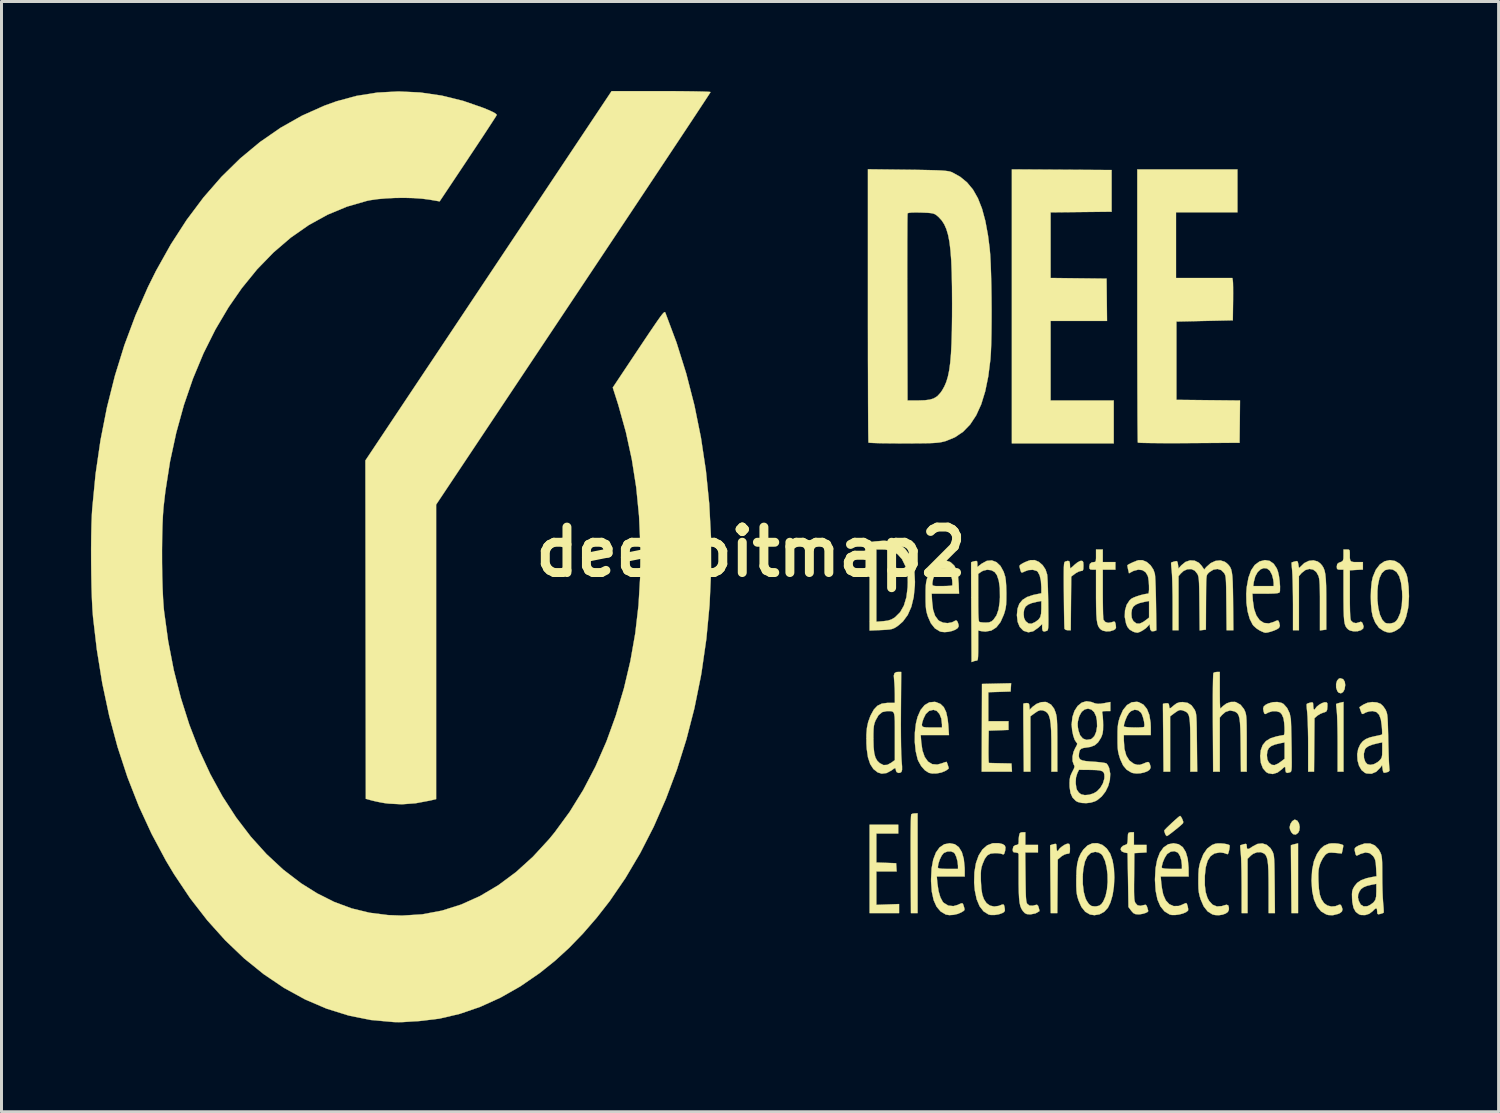
<source format=kicad_pcb>
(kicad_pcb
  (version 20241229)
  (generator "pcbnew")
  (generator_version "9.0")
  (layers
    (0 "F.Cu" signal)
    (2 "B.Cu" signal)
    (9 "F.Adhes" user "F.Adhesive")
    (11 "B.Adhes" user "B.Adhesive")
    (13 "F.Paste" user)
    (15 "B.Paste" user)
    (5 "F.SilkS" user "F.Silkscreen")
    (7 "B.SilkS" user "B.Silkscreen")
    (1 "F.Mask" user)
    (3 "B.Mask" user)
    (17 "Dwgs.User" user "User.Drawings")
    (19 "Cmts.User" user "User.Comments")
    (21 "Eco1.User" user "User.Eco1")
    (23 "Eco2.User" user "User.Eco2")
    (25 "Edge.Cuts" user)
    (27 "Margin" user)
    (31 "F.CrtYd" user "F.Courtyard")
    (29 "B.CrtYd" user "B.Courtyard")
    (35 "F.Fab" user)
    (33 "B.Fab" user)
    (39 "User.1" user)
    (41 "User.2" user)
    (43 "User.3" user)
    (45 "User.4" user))
  (footprint "dee_bitmap2"
    (layer "F.Cu")
    (at 22.127 15.457)
    (property "Reference" "dee_bitmap2" (at 0 0 0) (layer "F.SilkS") (effects (font (size 1.524 1.524) (thickness 0.3))))
    (attr through_hole)
    (fp_poly (pts (xy 19.855 4.263) (xy 19.911 4.352) (xy 19.925 4.461) (xy 19.905 4.6) (xy 19.853 4.696) (xy 19.782 4.738) (xy 19.707 4.718) (xy 19.661 4.664) (xy 19.621 4.548) (xy 19.62 4.423) (xy 19.653 4.313) (xy 19.715 4.245) (xy 19.759 4.233) (xy 19.855 4.263)) (stroke (width 0.01) (type solid)) (fill yes) (layer "F.SilkS"))
    (fp_poly (pts (xy 5.588 12.107) (xy 5.365 12.107) (xy 5.357 10.467) (xy 5.355 10.003) (xy 5.355 9.61) (xy 5.357 9.291) (xy 5.361 9.049) (xy 5.366 8.886) (xy 5.373 8.805) (xy 5.376 8.795) (xy 5.422 8.773) (xy 5.495 8.764) (xy 5.496 8.764) (xy 5.588 8.763) (xy 5.588 12.107)) (stroke (width 0.01) (type solid)) (fill yes) (layer "F.SilkS"))
    (fp_poly (pts (xy 12.093 -12.806) (xy 12.093 -11.409) (xy 11.07 -11.398) (xy 10.047 -11.387) (xy 10.047 -9.187) (xy 10.986 -9.176) (xy 11.924 -9.165) (xy 11.939 -7.747) (xy 10.047 -7.747) (xy 10.047 -5.08) (xy 12.164 -5.08) (xy 12.164 -3.641) (xy 8.749 -3.641) (xy 8.749 -12.828) (xy 12.093 -12.806)) (stroke (width 0.01) (type solid)) (fill yes) (layer "F.SilkS"))
    (fp_poly (pts (xy 18.321 9.01) (xy 18.375 9.1) (xy 18.399 9.219) (xy 18.385 9.34) (xy 18.349 9.413) (xy 18.266 9.476) (xy 18.179 9.46) (xy 18.119 9.398) (xy 18.076 9.306) (xy 18.062 9.229) (xy 18.087 9.121) (xy 18.147 9.027) (xy 18.222 8.977) (xy 18.241 8.975) (xy 18.321 9.01)) (stroke (width 0.01) (type solid)) (fill yes) (layer "F.SilkS"))
    (fp_poly (pts (xy 18.344 12.107) (xy 18.124 12.107) (xy 18.114 10.975) (xy 18.111 10.675) (xy 18.109 10.404) (xy 18.107 10.173) (xy 18.106 9.994) (xy 18.105 9.877) (xy 18.105 9.834) (xy 18.105 9.834) (xy 18.131 9.823) (xy 18.194 9.804) (xy 18.226 9.797) (xy 18.344 9.768) (xy 18.344 12.107)) (stroke (width 0.01) (type solid)) (fill yes) (layer "F.SilkS"))
    (fp_poly (pts (xy 4.939 9.44) (xy 4.205 9.44) (xy 4.205 10.411) (xy 4.537 10.423) (xy 4.868 10.435) (xy 4.877 10.573) (xy 4.886 10.71) (xy 4.205 10.71) (xy 4.205 11.271) (xy 4.205 11.832) (xy 4.586 11.818) (xy 4.967 11.804) (xy 4.967 12.107) (xy 3.979 12.107) (xy 3.979 9.144) (xy 4.939 9.144) (xy 4.939 9.44)) (stroke (width 0.01) (type solid)) (fill yes) (layer "F.SilkS"))
    (fp_poly (pts (xy 19.868 7.366) (xy 19.671 7.366) (xy 19.671 6.462) (xy 19.67 6.177) (xy 19.666 5.908) (xy 19.66 5.669) (xy 19.653 5.477) (xy 19.644 5.351) (xy 19.643 5.333) (xy 19.628 5.206) (xy 19.621 5.12) (xy 19.622 5.096) (xy 19.653 5.083) (xy 19.719 5.063) (xy 19.75 5.055) (xy 19.868 5.027) (xy 19.868 7.366)) (stroke (width 0.01) (type solid)) (fill yes) (layer "F.SilkS"))
    (fp_poly (pts (xy 8.707 4.678) (xy 8.333 4.69) (xy 7.959 4.701) (xy 7.959 5.673) (xy 8.636 5.673) (xy 8.636 5.966) (xy 7.973 5.99) (xy 7.965 6.53) (xy 7.964 6.733) (xy 7.966 6.901) (xy 7.97 7.02) (xy 7.978 7.072) (xy 7.979 7.073) (xy 8.014 7.074) (xy 8.094 7.077) (xy 8.208 7.08) (xy 8.345 7.083) (xy 8.368 7.083) (xy 8.735 7.091) (xy 8.744 7.228) (xy 8.752 7.366) (xy 7.738 7.366) (xy 7.743 5.895) (xy 7.747 4.424) (xy 8.724 4.401) (xy 8.707 4.678)) (stroke (width 0.01) (type solid)) (fill yes) (layer "F.SilkS"))
    (fp_poly (pts (xy 14.422 8.88) (xy 14.463 8.957) (xy 14.464 8.959) (xy 14.494 9.042) (xy 14.489 9.089) (xy 14.474 9.107) (xy 14.409 9.167) (xy 14.318 9.244) (xy 14.215 9.327) (xy 14.114 9.407) (xy 14.026 9.473) (xy 13.965 9.515) (xy 13.945 9.525) (xy 13.91 9.492) (xy 13.886 9.443) (xy 13.863 9.37) (xy 13.857 9.342) (xy 13.88 9.312) (xy 13.939 9.25) (xy 14.023 9.169) (xy 14.119 9.078) (xy 14.216 8.99) (xy 14.302 8.914) (xy 14.365 8.863) (xy 14.39 8.848) (xy 14.422 8.88)) (stroke (width 0.01) (type solid)) (fill yes) (layer "F.SilkS"))
    (fp_poly (pts (xy 10.671 9.788) (xy 10.691 9.831) (xy 10.696 9.931) (xy 10.696 9.948) (xy 10.693 10.057) (xy 10.675 10.105) (xy 10.628 10.118) (xy 10.604 10.118) (xy 10.522 10.14) (xy 10.427 10.194) (xy 10.4 10.215) (xy 10.287 10.311) (xy 10.279 11.209) (xy 10.272 12.107) (xy 10.052 12.107) (xy 10.042 10.975) (xy 10.039 10.675) (xy 10.037 10.404) (xy 10.035 10.174) (xy 10.034 9.995) (xy 10.033 9.879) (xy 10.032 9.836) (xy 10.032 9.836) (xy 10.057 9.824) (xy 10.119 9.805) (xy 10.139 9.799) (xy 10.208 9.784) (xy 10.237 9.801) (xy 10.245 9.867) (xy 10.245 9.901) (xy 10.255 10) (xy 10.281 10.034) (xy 10.314 9.993) (xy 10.315 9.99) (xy 10.36 9.932) (xy 10.437 9.869) (xy 10.525 9.813) (xy 10.603 9.782) (xy 10.625 9.779) (xy 10.671 9.788)) (stroke (width 0.01) (type solid)) (fill yes) (layer "F.SilkS"))
    (fp_poly (pts (xy 19.305 5.044) (xy 19.328 5.079) (xy 19.328 5.168) (xy 19.327 5.195) (xy 19.317 5.295) (xy 19.292 5.346) (xy 19.235 5.374) (xy 19.195 5.384) (xy 19.094 5.424) (xy 19 5.481) (xy 18.984 5.494) (xy 18.895 5.572) (xy 18.88 7.366) (xy 18.683 7.366) (xy 18.683 6.512) (xy 18.682 6.231) (xy 18.677 5.96) (xy 18.67 5.717) (xy 18.662 5.521) (xy 18.652 5.391) (xy 18.652 5.388) (xy 18.638 5.246) (xy 18.631 5.141) (xy 18.634 5.097) (xy 18.669 5.077) (xy 18.736 5.055) (xy 18.75 5.051) (xy 18.817 5.04) (xy 18.846 5.061) (xy 18.852 5.134) (xy 18.852 5.159) (xy 18.863 5.258) (xy 18.888 5.292) (xy 18.922 5.252) (xy 18.923 5.249) (xy 18.97 5.188) (xy 19.05 5.123) (xy 19.143 5.069) (xy 19.227 5.04) (xy 19.248 5.038) (xy 19.305 5.044)) (stroke (width 0.01) (type solid)) (fill yes) (layer "F.SilkS"))
    (fp_poly (pts (xy 16.312 -11.388) (xy 14.252 -11.388) (xy 14.252 -9.186) (xy 16.142 -9.186) (xy 16.158 -9.091) (xy 16.163 -9.016) (xy 16.166 -8.874) (xy 16.167 -8.683) (xy 16.166 -8.463) (xy 16.165 -8.382) (xy 16.157 -7.768) (xy 15.212 -7.747) (xy 14.266 -7.726) (xy 14.266 -5.101) (xy 15.332 -5.09) (xy 16.398 -5.079) (xy 16.391 -4.37) (xy 16.383 -3.662) (xy 14.688 -3.651) (xy 14.383 -3.649) (xy 14.096 -3.649) (xy 13.83 -3.649) (xy 13.592 -3.651) (xy 13.385 -3.653) (xy 13.214 -3.656) (xy 13.086 -3.659) (xy 13.004 -3.664) (xy 12.973 -3.669) (xy 12.97 -3.714) (xy 12.968 -3.838) (xy 12.966 -4.037) (xy 12.963 -4.303) (xy 12.961 -4.632) (xy 12.96 -5.018) (xy 12.958 -5.456) (xy 12.957 -5.94) (xy 12.956 -6.464) (xy 12.955 -7.024) (xy 12.954 -7.613) (xy 12.954 -8.226) (xy 12.954 -8.262) (xy 12.954 -12.827) (xy 16.312 -12.827) (xy 16.312 -11.388)) (stroke (width 0.01) (type solid)) (fill yes) (layer "F.SilkS"))
    (fp_poly (pts (xy -2.713 -15.451) (xy -2.43 -15.45) (xy -2.17 -15.447) (xy -1.937 -15.444) (xy -1.736 -15.44) (xy -1.573 -15.436) (xy -1.452 -15.431) (xy -1.377 -15.425) (xy -1.355 -15.42) (xy -1.374 -15.387) (xy -1.432 -15.298) (xy -1.526 -15.154) (xy -1.655 -14.958) (xy -1.817 -14.712) (xy -2.01 -14.42) (xy -2.232 -14.085) (xy -2.482 -13.708) (xy -2.758 -13.292) (xy -3.058 -12.841) (xy -3.38 -12.356) (xy -3.723 -11.84) (xy -4.084 -11.297) (xy -4.463 -10.728) (xy -4.857 -10.136) (xy -5.264 -9.525) (xy -5.683 -8.896) (xy -5.955 -8.488) (xy -10.555 -1.588) (xy -10.555 8.286) (xy -10.76 8.334) (xy -11.245 8.425) (xy -11.704 8.459) (xy -12.149 8.436) (xy -12.277 8.42) (xy -12.421 8.395) (xy -12.575 8.363) (xy -12.707 8.332) (xy -12.714 8.33) (xy -12.912 8.275) (xy -12.919 2.603) (xy -12.926 -3.068) (xy -8.799 -9.26) (xy -4.671 -15.452) (xy -3.013 -15.452) (xy -2.713 -15.451)) (stroke (width 0.01) (type solid)) (fill yes) (layer "F.SilkS"))
    (fp_poly (pts (xy 10.678 0.316) (xy 10.695 0.389) (xy 10.696 0.423) (xy 10.7 0.513) (xy 10.709 0.55) (xy 10.709 0.55) (xy 10.738 0.529) (xy 10.8 0.476) (xy 10.856 0.423) (xy 10.946 0.351) (xy 11.03 0.305) (xy 11.069 0.296) (xy 11.119 0.304) (xy 11.142 0.343) (xy 11.148 0.436) (xy 11.148 0.466) (xy 11.144 0.574) (xy 11.126 0.623) (xy 11.082 0.635) (xy 11.069 0.635) (xy 10.997 0.654) (xy 10.905 0.702) (xy 10.864 0.73) (xy 10.739 0.826) (xy 10.731 1.725) (xy 10.723 2.625) (xy 10.624 2.625) (xy 10.555 2.611) (xy 10.515 2.578) (xy 10.513 2.572) (xy 10.51 2.517) (xy 10.506 2.389) (xy 10.502 2.2) (xy 10.498 1.962) (xy 10.495 1.687) (xy 10.493 1.431) (xy 10.49 1.1) (xy 10.489 0.843) (xy 10.49 0.652) (xy 10.492 0.515) (xy 10.497 0.424) (xy 10.505 0.369) (xy 10.516 0.339) (xy 10.531 0.325) (xy 10.541 0.32) (xy 10.629 0.296) (xy 10.678 0.316)) (stroke (width 0.01) (type solid)) (fill yes) (layer "F.SilkS"))
    (fp_poly (pts (xy 4.74 -0.345) (xy 4.972 -0.257) (xy 5.163 -0.113) (xy 5.312 0.084) (xy 5.418 0.336) (xy 5.48 0.641) (xy 5.499 0.998) (xy 5.496 1.12) (xy 5.458 1.507) (xy 5.379 1.836) (xy 5.258 2.11) (xy 5.095 2.331) (xy 4.944 2.463) (xy 4.865 2.519) (xy 4.797 2.557) (xy 4.726 2.583) (xy 4.64 2.599) (xy 4.525 2.609) (xy 4.367 2.617) (xy 3.979 2.634) (xy 3.979 -0.085) (xy 4.205 -0.085) (xy 4.205 2.339) (xy 4.441 2.32) (xy 4.59 2.301) (xy 4.707 2.263) (xy 4.816 2.2) (xy 4.835 2.186) (xy 5.003 2.019) (xy 5.129 1.796) (xy 5.213 1.517) (xy 5.254 1.183) (xy 5.259 1.014) (xy 5.256 0.83) (xy 5.242 0.695) (xy 5.212 0.571) (xy 5.177 0.469) (xy 5.066 0.242) (xy 4.919 0.076) (xy 4.734 -0.031) (xy 4.508 -0.081) (xy 4.412 -0.085) (xy 4.205 -0.085) (xy 3.979 -0.085) (xy 3.979 -0.327) (xy 4.153 -0.354) (xy 4.467 -0.378) (xy 4.74 -0.345)) (stroke (width 0.01) (type solid)) (fill yes) (layer "F.SilkS"))
    (fp_poly (pts (xy 12.841 9.821) (xy 13.264 9.821) (xy 13.264 10.072) (xy 12.855 10.097) (xy 12.848 10.884) (xy 12.845 11.165) (xy 12.845 11.374) (xy 12.848 11.523) (xy 12.854 11.626) (xy 12.864 11.695) (xy 12.879 11.743) (xy 12.891 11.767) (xy 12.96 11.844) (xy 13.059 11.864) (xy 13.168 11.839) (xy 13.232 11.827) (xy 13.268 11.863) (xy 13.288 11.917) (xy 13.312 12.001) (xy 13.321 12.042) (xy 13.295 12.072) (xy 13.23 12.103) (xy 13.141 12.13) (xy 13.045 12.147) (xy 12.993 12.15) (xy 12.892 12.141) (xy 12.822 12.107) (xy 12.755 12.033) (xy 12.75 12.026) (xy 12.658 11.903) (xy 12.644 11) (xy 12.629 10.097) (xy 12.519 10.075) (xy 12.433 10.038) (xy 12.397 9.979) (xy 12.41 9.913) (xy 12.472 9.853) (xy 12.534 9.826) (xy 12.582 9.809) (xy 12.611 9.785) (xy 12.627 9.732) (xy 12.635 9.634) (xy 12.641 9.472) (xy 12.658 9.419) (xy 12.714 9.399) (xy 12.742 9.398) (xy 12.841 9.398) (xy 12.841 9.821)) (stroke (width 0.01) (type solid)) (fill yes) (layer "F.SilkS"))
    (fp_poly (pts (xy 9.922 5.038) (xy 10.063 5.118) (xy 10.165 5.254) (xy 10.218 5.39) (xy 10.236 5.459) (xy 10.25 5.537) (xy 10.26 5.637) (xy 10.266 5.773) (xy 10.27 5.957) (xy 10.272 6.202) (xy 10.272 6.466) (xy 10.273 7.366) (xy 10.075 7.366) (xy 10.075 6.652) (xy 10.073 6.285) (xy 10.066 5.994) (xy 10.051 5.768) (xy 10.026 5.6) (xy 9.99 5.48) (xy 9.941 5.398) (xy 9.876 5.345) (xy 9.794 5.313) (xy 9.785 5.311) (xy 9.704 5.304) (xy 9.62 5.334) (xy 9.524 5.397) (xy 9.37 5.51) (xy 9.37 7.366) (xy 9.149 7.366) (xy 9.139 6.234) (xy 9.136 5.933) (xy 9.134 5.661) (xy 9.133 5.43) (xy 9.132 5.249) (xy 9.133 5.131) (xy 9.134 5.087) (xy 9.134 5.087) (xy 9.163 5.075) (xy 9.226 5.066) (xy 9.234 5.065) (xy 9.299 5.07) (xy 9.328 5.11) (xy 9.336 5.174) (xy 9.345 5.289) (xy 9.45 5.185) (xy 9.58 5.091) (xy 9.73 5.035) (xy 9.874 5.027) (xy 9.922 5.038)) (stroke (width 0.01) (type solid)) (fill yes) (layer "F.SilkS"))
    (fp_poly (pts (xy 11.797 0.339) (xy 12.22 0.339) (xy 12.22 0.593) (xy 11.797 0.593) (xy 11.797 1.408) (xy 11.799 1.664) (xy 11.802 1.893) (xy 11.806 2.08) (xy 11.812 2.211) (xy 11.819 2.272) (xy 11.819 2.273) (xy 11.881 2.346) (xy 11.976 2.376) (xy 12.086 2.359) (xy 12.162 2.333) (xy 12.201 2.34) (xy 12.222 2.392) (xy 12.234 2.461) (xy 12.24 2.54) (xy 12.213 2.588) (xy 12.162 2.619) (xy 12.046 2.656) (xy 11.917 2.662) (xy 11.8 2.638) (xy 11.737 2.603) (xy 11.685 2.551) (xy 11.644 2.485) (xy 11.615 2.392) (xy 11.594 2.262) (xy 11.581 2.085) (xy 11.574 1.848) (xy 11.571 1.542) (xy 11.571 1.422) (xy 11.571 0.593) (xy 11.458 0.593) (xy 11.385 0.587) (xy 11.353 0.559) (xy 11.345 0.496) (xy 11.345 0.491) (xy 11.365 0.398) (xy 11.426 0.349) (xy 11.503 0.339) (xy 11.543 0.331) (xy 11.564 0.295) (xy 11.571 0.208) (xy 11.571 0.127) (xy 11.571 -0.085) (xy 11.797 -0.085) (xy 11.797 0.339)) (stroke (width 0.01) (type solid)) (fill yes) (layer "F.SilkS"))
    (fp_poly (pts (xy 19.003 0.319) (xy 19.09 0.384) (xy 19.151 0.454) (xy 19.198 0.531) (xy 19.234 0.626) (xy 19.259 0.75) (xy 19.275 0.915) (xy 19.285 1.132) (xy 19.289 1.412) (xy 19.29 1.713) (xy 19.29 2.603) (xy 19.078 2.63) (xy 19.078 1.791) (xy 19.078 1.493) (xy 19.075 1.268) (xy 19.07 1.101) (xy 19.062 0.98) (xy 19.051 0.892) (xy 19.035 0.825) (xy 19.029 0.804) (xy 18.955 0.669) (xy 18.85 0.59) (xy 18.725 0.567) (xy 18.593 0.604) (xy 18.467 0.701) (xy 18.447 0.723) (xy 18.373 0.81) (xy 18.373 2.625) (xy 18.175 2.625) (xy 18.175 1.767) (xy 18.173 1.485) (xy 18.169 1.213) (xy 18.163 0.969) (xy 18.156 0.772) (xy 18.148 0.64) (xy 18.148 0.637) (xy 18.135 0.496) (xy 18.128 0.394) (xy 18.127 0.355) (xy 18.156 0.342) (xy 18.219 0.322) (xy 18.235 0.318) (xy 18.303 0.304) (xy 18.335 0.328) (xy 18.352 0.405) (xy 18.355 0.426) (xy 18.37 0.515) (xy 18.389 0.534) (xy 18.422 0.498) (xy 18.553 0.372) (xy 18.704 0.298) (xy 18.859 0.28) (xy 19.003 0.319)) (stroke (width 0.01) (type solid)) (fill yes) (layer "F.SilkS"))
    (fp_poly (pts (xy 17.293 9.818) (xy 17.419 9.928) (xy 17.489 10.045) (xy 17.509 10.094) (xy 17.525 10.147) (xy 17.536 10.217) (xy 17.544 10.316) (xy 17.55 10.455) (xy 17.554 10.647) (xy 17.557 10.903) (xy 17.56 11.144) (xy 17.568 12.107) (xy 17.462 12.107) (xy 17.357 12.107) (xy 17.357 11.28) (xy 17.355 10.946) (xy 17.35 10.686) (xy 17.339 10.489) (xy 17.322 10.344) (xy 17.297 10.242) (xy 17.263 10.17) (xy 17.219 10.12) (xy 17.211 10.113) (xy 17.1 10.065) (xy 16.969 10.068) (xy 16.838 10.119) (xy 16.763 10.177) (xy 16.651 10.288) (xy 16.651 12.107) (xy 16.454 12.107) (xy 16.453 11.25) (xy 16.451 10.968) (xy 16.448 10.696) (xy 16.442 10.452) (xy 16.435 10.255) (xy 16.426 10.123) (xy 16.426 10.119) (xy 16.413 9.979) (xy 16.406 9.877) (xy 16.405 9.837) (xy 16.434 9.825) (xy 16.498 9.805) (xy 16.517 9.799) (xy 16.586 9.785) (xy 16.616 9.801) (xy 16.623 9.855) (xy 16.623 9.856) (xy 16.631 9.933) (xy 16.66 9.961) (xy 16.719 9.941) (xy 16.817 9.876) (xy 16.982 9.789) (xy 17.144 9.771) (xy 17.293 9.818)) (stroke (width 0.01) (type solid)) (fill yes) (layer "F.SilkS"))
    (fp_poly (pts (xy 8.319 9.765) (xy 8.321 9.765) (xy 8.439 9.794) (xy 8.508 9.837) (xy 8.535 9.902) (xy 8.526 9.999) (xy 8.521 10.024) (xy 8.493 10.116) (xy 8.462 10.142) (xy 8.428 10.13) (xy 8.369 10.112) (xy 8.275 10.1) (xy 8.179 10.097) (xy 8.033 10.113) (xy 7.925 10.173) (xy 7.84 10.288) (xy 7.767 10.46) (xy 7.734 10.561) (xy 7.715 10.658) (xy 7.708 10.775) (xy 7.708 10.94) (xy 7.71 11.03) (xy 7.726 11.293) (xy 7.758 11.491) (xy 7.812 11.642) (xy 7.892 11.763) (xy 7.905 11.778) (xy 8.016 11.856) (xy 8.156 11.887) (xy 8.306 11.866) (xy 8.34 11.853) (xy 8.424 11.82) (xy 8.469 11.819) (xy 8.492 11.857) (xy 8.509 11.943) (xy 8.509 11.943) (xy 8.515 12.023) (xy 8.488 12.07) (xy 8.435 12.103) (xy 8.314 12.147) (xy 8.173 12.17) (xy 8.041 12.17) (xy 7.965 12.153) (xy 7.8 12.049) (xy 7.667 11.878) (xy 7.569 11.644) (xy 7.507 11.35) (xy 7.484 11.086) (xy 7.493 10.737) (xy 7.545 10.431) (xy 7.635 10.176) (xy 7.762 9.975) (xy 7.921 9.836) (xy 8.108 9.764) (xy 8.319 9.765)) (stroke (width 0.01) (type solid)) (fill yes) (layer "F.SilkS"))
    (fp_poly (pts (xy 14.643 5.059) (xy 14.771 5.14) (xy 14.874 5.284) (xy 14.884 5.305) (xy 14.903 5.348) (xy 14.918 5.399) (xy 14.929 5.468) (xy 14.937 5.568) (xy 14.943 5.709) (xy 14.947 5.903) (xy 14.95 6.163) (xy 14.953 6.395) (xy 14.962 7.366) (xy 14.732 7.366) (xy 14.732 6.496) (xy 14.731 6.164) (xy 14.727 5.906) (xy 14.718 5.712) (xy 14.703 5.571) (xy 14.68 5.474) (xy 14.647 5.41) (xy 14.602 5.367) (xy 14.544 5.337) (xy 14.541 5.336) (xy 14.45 5.303) (xy 14.38 5.299) (xy 14.309 5.327) (xy 14.214 5.392) (xy 14.201 5.401) (xy 14.055 5.511) (xy 14.055 7.366) (xy 13.834 7.366) (xy 13.824 6.234) (xy 13.821 5.933) (xy 13.818 5.662) (xy 13.817 5.432) (xy 13.815 5.252) (xy 13.815 5.135) (xy 13.815 5.092) (xy 13.815 5.092) (xy 13.842 5.083) (xy 13.904 5.072) (xy 13.915 5.071) (xy 13.983 5.071) (xy 14.013 5.105) (xy 14.021 5.154) (xy 14.029 5.217) (xy 14.046 5.241) (xy 14.083 5.225) (xy 14.152 5.167) (xy 14.183 5.14) (xy 14.28 5.07) (xy 14.38 5.038) (xy 14.479 5.032) (xy 14.643 5.059)) (stroke (width 0.01) (type solid)) (fill yes) (layer "F.SilkS"))
    (fp_poly (pts (xy 15.72 4.636) (xy 15.721 4.853) (xy 15.723 5.036) (xy 15.728 5.171) (xy 15.733 5.242) (xy 15.735 5.249) (xy 15.766 5.227) (xy 15.821 5.172) (xy 15.827 5.166) (xy 15.944 5.079) (xy 16.086 5.029) (xy 16.225 5.026) (xy 16.264 5.036) (xy 16.415 5.121) (xy 16.529 5.264) (xy 16.568 5.347) (xy 16.586 5.398) (xy 16.599 5.457) (xy 16.609 5.537) (xy 16.616 5.65) (xy 16.62 5.808) (xy 16.622 6.021) (xy 16.623 6.304) (xy 16.623 6.424) (xy 16.623 7.366) (xy 16.429 7.366) (xy 16.42 6.509) (xy 16.416 6.178) (xy 16.409 5.921) (xy 16.398 5.728) (xy 16.381 5.588) (xy 16.356 5.49) (xy 16.321 5.423) (xy 16.274 5.378) (xy 16.213 5.344) (xy 16.209 5.342) (xy 16.061 5.314) (xy 15.912 5.362) (xy 15.794 5.464) (xy 15.72 5.552) (xy 15.72 7.366) (xy 15.497 7.366) (xy 15.488 5.726) (xy 15.487 5.261) (xy 15.487 4.869) (xy 15.489 4.55) (xy 15.493 4.308) (xy 15.498 4.145) (xy 15.505 4.063) (xy 15.508 4.054) (xy 15.554 4.032) (xy 15.626 4.022) (xy 15.628 4.022) (xy 15.72 4.022) (xy 15.72 4.636)) (stroke (width 0.01) (type solid)) (fill yes) (layer "F.SilkS"))
    (fp_poly (pts (xy 15.864 9.78) (xy 15.962 9.798) (xy 16.031 9.821) (xy 16.05 9.837) (xy 16.051 9.887) (xy 16.036 9.983) (xy 16.031 10.007) (xy 16.006 10.103) (xy 15.978 10.134) (xy 15.931 10.117) (xy 15.928 10.116) (xy 15.857 10.091) (xy 15.76 10.077) (xy 15.717 10.075) (xy 15.545 10.106) (xy 15.41 10.198) (xy 15.312 10.353) (xy 15.248 10.575) (xy 15.218 10.863) (xy 15.218 10.871) (xy 15.218 11.167) (xy 15.246 11.402) (xy 15.304 11.591) (xy 15.362 11.699) (xy 15.479 11.826) (xy 15.624 11.885) (xy 15.789 11.873) (xy 15.851 11.852) (xy 15.949 11.826) (xy 16.006 11.852) (xy 16.026 11.935) (xy 16.023 12.001) (xy 15.991 12.068) (xy 15.916 12.122) (xy 15.811 12.16) (xy 15.69 12.178) (xy 15.564 12.173) (xy 15.472 12.151) (xy 15.313 12.051) (xy 15.179 11.88) (xy 15.081 11.654) (xy 15.042 11.526) (xy 15.018 11.413) (xy 15.005 11.286) (xy 15.001 11.118) (xy 15.001 11.007) (xy 15.004 10.791) (xy 15.015 10.632) (xy 15.037 10.502) (xy 15.066 10.393) (xy 15.168 10.133) (xy 15.298 9.945) (xy 15.459 9.824) (xy 15.566 9.783) (xy 15.649 9.771) (xy 15.754 9.771) (xy 15.864 9.78)) (stroke (width 0.01) (type solid)) (fill yes) (layer "F.SilkS"))
    (fp_poly (pts (xy 20.045 -0.08) (xy 20.075 -0.049) (xy 20.08 0.033) (xy 20.08 0.074) (xy 20.08 0.203) (xy 20.094 0.282) (xy 20.133 0.322) (xy 20.207 0.337) (xy 20.309 0.339) (xy 20.518 0.339) (xy 20.518 0.589) (xy 20.299 0.601) (xy 20.08 0.614) (xy 20.08 1.422) (xy 20.081 1.733) (xy 20.085 1.967) (xy 20.092 2.133) (xy 20.102 2.239) (xy 20.115 2.294) (xy 20.116 2.296) (xy 20.188 2.365) (xy 20.287 2.386) (xy 20.385 2.36) (xy 20.45 2.337) (xy 20.49 2.362) (xy 20.508 2.394) (xy 20.542 2.495) (xy 20.526 2.566) (xy 20.457 2.621) (xy 20.34 2.657) (xy 20.21 2.661) (xy 20.091 2.635) (xy 20.031 2.601) (xy 19.98 2.552) (xy 19.94 2.493) (xy 19.911 2.413) (xy 19.891 2.3) (xy 19.879 2.143) (xy 19.872 1.93) (xy 19.869 1.652) (xy 19.868 1.441) (xy 19.868 0.593) (xy 19.756 0.593) (xy 19.683 0.587) (xy 19.65 0.56) (xy 19.643 0.496) (xy 19.643 0.488) (xy 19.658 0.403) (xy 19.712 0.36) (xy 19.72 0.357) (xy 19.806 0.325) (xy 19.85 0.286) (xy 19.866 0.216) (xy 19.868 0.107) (xy 19.868 -0.085) (xy 19.975 -0.085) (xy 20.045 -0.08)) (stroke (width 0.01) (type solid)) (fill yes) (layer "F.SilkS"))
    (fp_poly (pts (xy 9.2 9.821) (xy 9.624 9.821) (xy 9.624 10.075) (xy 9.197 10.075) (xy 9.206 10.899) (xy 9.21 11.192) (xy 9.214 11.41) (xy 9.22 11.568) (xy 9.229 11.675) (xy 9.241 11.743) (xy 9.256 11.785) (xy 9.261 11.793) (xy 9.339 11.855) (xy 9.453 11.859) (xy 9.527 11.839) (xy 9.591 11.827) (xy 9.628 11.863) (xy 9.648 11.921) (xy 9.67 12.003) (xy 9.674 12.041) (xy 9.543 12.117) (xy 9.381 12.149) (xy 9.355 12.15) (xy 9.253 12.141) (xy 9.183 12.108) (xy 9.119 12.039) (xy 9.115 12.033) (xy 9.068 11.959) (xy 9.033 11.87) (xy 9.007 11.755) (xy 8.991 11.601) (xy 8.981 11.396) (xy 8.976 11.127) (xy 8.976 10.88) (xy 8.976 10.642) (xy 8.976 10.433) (xy 8.976 10.267) (xy 8.976 10.16) (xy 8.976 10.128) (xy 8.949 10.091) (xy 8.88 10.075) (xy 8.876 10.075) (xy 8.809 10.067) (xy 8.782 10.032) (xy 8.777 9.974) (xy 8.799 9.877) (xy 8.866 9.828) (xy 8.921 9.821) (xy 8.969 9.791) (xy 8.979 9.701) (xy 8.977 9.678) (xy 8.979 9.612) (xy 8.99 9.519) (xy 9.01 9.435) (xy 9.052 9.403) (xy 9.104 9.398) (xy 9.2 9.398) (xy 9.2 9.821)) (stroke (width 0.01) (type solid)) (fill yes) (layer "F.SilkS"))
    (fp_poly (pts (xy 19.574 9.768) (xy 19.683 9.778) (xy 19.779 9.797) (xy 19.844 9.821) (xy 19.858 9.834) (xy 19.857 9.881) (xy 19.84 9.972) (xy 19.839 9.979) (xy 19.809 10.108) (xy 19.578 10.087) (xy 19.459 10.079) (xy 19.379 10.084) (xy 19.321 10.105) (xy 19.268 10.146) (xy 19.248 10.167) (xy 19.174 10.267) (xy 19.104 10.403) (xy 19.083 10.457) (xy 19.051 10.561) (xy 19.033 10.662) (xy 19.025 10.785) (xy 19.026 10.957) (xy 19.028 11.03) (xy 19.043 11.292) (xy 19.075 11.49) (xy 19.128 11.641) (xy 19.208 11.762) (xy 19.223 11.779) (xy 19.326 11.852) (xy 19.457 11.886) (xy 19.592 11.877) (xy 19.658 11.853) (xy 19.73 11.823) (xy 19.771 11.829) (xy 19.802 11.876) (xy 19.803 11.879) (xy 19.834 11.977) (xy 19.816 12.052) (xy 19.746 12.109) (xy 19.685 12.135) (xy 19.512 12.178) (xy 19.365 12.173) (xy 19.29 12.152) (xy 19.116 12.05) (xy 18.979 11.884) (xy 18.88 11.656) (xy 18.818 11.37) (xy 18.796 11.027) (xy 18.796 11.008) (xy 18.816 10.662) (xy 18.876 10.368) (xy 18.975 10.131) (xy 18.986 10.112) (xy 19.097 9.955) (xy 19.213 9.853) (xy 19.358 9.788) (xy 19.387 9.78) (xy 19.47 9.768) (xy 19.574 9.768)) (stroke (width 0.01) (type solid)) (fill yes) (layer "F.SilkS"))
    (fp_poly (pts (xy 21.596 0.301) (xy 21.752 0.394) (xy 21.883 0.544) (xy 21.978 0.743) (xy 22.013 0.875) (xy 22.051 1.168) (xy 22.063 1.484) (xy 22.047 1.784) (xy 22.031 1.899) (xy 21.966 2.18) (xy 21.878 2.391) (xy 21.761 2.543) (xy 21.609 2.644) (xy 21.606 2.645) (xy 21.498 2.689) (xy 21.41 2.703) (xy 21.319 2.687) (xy 21.215 2.649) (xy 21.058 2.544) (xy 20.932 2.367) (xy 20.847 2.159) (xy 20.812 1.984) (xy 20.79 1.754) (xy 20.786 1.605) (xy 21.005 1.605) (xy 21.034 1.876) (xy 21.09 2.103) (xy 21.17 2.275) (xy 21.263 2.374) (xy 21.325 2.393) (xy 21.416 2.397) (xy 21.463 2.393) (xy 21.563 2.367) (xy 21.635 2.311) (xy 21.693 2.229) (xy 21.772 2.043) (xy 21.822 1.797) (xy 21.839 1.508) (xy 21.832 1.314) (xy 21.797 1.028) (xy 21.736 0.814) (xy 21.647 0.67) (xy 21.526 0.592) (xy 21.405 0.574) (xy 21.263 0.608) (xy 21.153 0.708) (xy 21.073 0.876) (xy 21.023 1.113) (xy 21.006 1.305) (xy 21.005 1.605) (xy 20.786 1.605) (xy 20.783 1.497) (xy 20.791 1.241) (xy 20.813 1.013) (xy 20.847 0.847) (xy 20.95 0.598) (xy 21.085 0.42) (xy 21.243 0.313) (xy 21.423 0.272) (xy 21.596 0.301)) (stroke (width 0.01) (type solid)) (fill yes) (layer "F.SilkS"))
    (fp_poly (pts (xy 6.208 5.034) (xy 6.356 5.095) (xy 6.468 5.205) (xy 6.547 5.372) (xy 6.597 5.603) (xy 6.62 5.831) (xy 6.64 6.138) (xy 5.693 6.138) (xy 5.709 6.366) (xy 5.749 6.651) (xy 5.826 6.872) (xy 5.937 7.027) (xy 6.078 7.113) (xy 6.248 7.127) (xy 6.386 7.091) (xy 6.475 7.059) (xy 6.539 7.04) (xy 6.562 7.037) (xy 6.582 7.088) (xy 6.609 7.168) (xy 6.629 7.236) (xy 6.632 7.253) (xy 6.609 7.279) (xy 6.55 7.321) (xy 6.523 7.337) (xy 6.39 7.393) (xy 6.233 7.424) (xy 6.077 7.427) (xy 5.968 7.405) (xy 5.835 7.321) (xy 5.709 7.179) (xy 5.61 7.001) (xy 5.588 6.943) (xy 5.525 6.678) (xy 5.494 6.372) (xy 5.497 6.053) (xy 5.528 5.788) (xy 5.73 5.788) (xy 5.741 5.84) (xy 5.787 5.869) (xy 5.874 5.881) (xy 6.009 5.884) (xy 6.068 5.884) (xy 6.406 5.884) (xy 6.406 5.781) (xy 6.384 5.585) (xy 6.321 5.429) (xy 6.227 5.326) (xy 6.117 5.292) (xy 5.973 5.328) (xy 5.86 5.435) (xy 5.786 5.587) (xy 5.747 5.706) (xy 5.73 5.788) (xy 5.528 5.788) (xy 5.533 5.747) (xy 5.587 5.528) (xy 5.689 5.297) (xy 5.824 5.133) (xy 5.983 5.041) (xy 6.162 5.025) (xy 6.208 5.034)) (stroke (width 0.01) (type solid)) (fill yes) (layer "F.SilkS"))
    (fp_poly (pts (xy 11.783 9.821) (xy 11.93 9.941) (xy 12.048 10.118) (xy 12.125 10.342) (xy 12.171 10.614) (xy 12.185 10.911) (xy 12.17 11.215) (xy 12.126 11.503) (xy 12.053 11.755) (xy 11.969 11.927) (xy 11.846 12.062) (xy 11.689 12.148) (xy 11.515 12.177) (xy 11.368 12.154) (xy 11.21 12.063) (xy 11.08 11.9) (xy 10.985 11.684) (xy 10.95 11.571) (xy 10.928 11.469) (xy 10.915 11.354) (xy 10.909 11.203) (xy 10.908 10.991) (xy 10.908 10.986) (xy 10.912 10.838) (xy 11.126 10.838) (xy 11.127 11.131) (xy 11.158 11.394) (xy 11.216 11.608) (xy 11.255 11.69) (xy 11.334 11.808) (xy 11.419 11.869) (xy 11.529 11.884) (xy 11.583 11.88) (xy 11.68 11.858) (xy 11.75 11.806) (xy 11.814 11.716) (xy 11.89 11.539) (xy 11.938 11.317) (xy 11.96 11.068) (xy 11.956 10.812) (xy 11.926 10.567) (xy 11.872 10.352) (xy 11.795 10.186) (xy 11.748 10.129) (xy 11.659 10.076) (xy 11.545 10.054) (xy 11.539 10.054) (xy 11.396 10.091) (xy 11.282 10.199) (xy 11.198 10.377) (xy 11.145 10.625) (xy 11.126 10.838) (xy 10.912 10.838) (xy 10.915 10.69) (xy 10.94 10.458) (xy 10.986 10.271) (xy 11.06 10.109) (xy 11.146 9.977) (xy 11.287 9.839) (xy 11.449 9.768) (xy 11.618 9.763) (xy 11.783 9.821)) (stroke (width 0.01) (type solid)) (fill yes) (layer "F.SilkS"))
    (fp_poly (pts (xy 6.835 9.798) (xy 6.971 9.898) (xy 7.072 10.063) (xy 7.137 10.293) (xy 7.166 10.587) (xy 7.168 10.679) (xy 7.168 10.88) (xy 6.232 10.88) (xy 6.251 11.102) (xy 6.29 11.366) (xy 6.352 11.58) (xy 6.433 11.73) (xy 6.464 11.763) (xy 6.618 11.856) (xy 6.789 11.873) (xy 6.929 11.834) (xy 7.022 11.792) (xy 7.075 11.776) (xy 7.104 11.79) (xy 7.123 11.835) (xy 7.136 11.876) (xy 7.159 11.957) (xy 7.16 12.003) (xy 7.127 12.037) (xy 7.053 12.083) (xy 6.934 12.134) (xy 6.792 12.166) (xy 6.653 12.175) (xy 6.54 12.157) (xy 6.533 12.155) (xy 6.359 12.051) (xy 6.224 11.891) (xy 6.126 11.672) (xy 6.065 11.391) (xy 6.04 11.047) (xy 6.04 10.964) (xy 6.058 10.607) (xy 6.064 10.573) (xy 6.266 10.573) (xy 6.281 10.597) (xy 6.332 10.613) (xy 6.426 10.622) (xy 6.568 10.626) (xy 6.604 10.626) (xy 6.943 10.626) (xy 6.943 10.518) (xy 6.927 10.374) (xy 6.888 10.228) (xy 6.836 10.115) (xy 6.806 10.079) (xy 6.709 10.039) (xy 6.592 10.041) (xy 6.48 10.085) (xy 6.459 10.099) (xy 6.395 10.181) (xy 6.332 10.311) (xy 6.285 10.454) (xy 6.266 10.573) (xy 6.064 10.573) (xy 6.113 10.31) (xy 6.203 10.075) (xy 6.326 9.904) (xy 6.482 9.8) (xy 6.664 9.765) (xy 6.835 9.798)) (stroke (width 0.01) (type solid)) (fill yes) (layer "F.SilkS"))
    (fp_poly (pts (xy 14.341 9.799) (xy 14.479 9.897) (xy 14.58 10.061) (xy 14.646 10.287) (xy 14.673 10.576) (xy 14.674 10.636) (xy 14.676 10.88) (xy 13.739 10.88) (xy 13.758 11.102) (xy 13.781 11.274) (xy 13.815 11.446) (xy 13.83 11.503) (xy 13.911 11.684) (xy 14.028 11.809) (xy 14.172 11.872) (xy 14.335 11.869) (xy 14.436 11.835) (xy 14.518 11.798) (xy 14.577 11.774) (xy 14.593 11.769) (xy 14.619 11.804) (xy 14.644 11.883) (xy 14.66 11.969) (xy 14.656 12.023) (xy 14.656 12.023) (xy 14.589 12.076) (xy 14.484 12.121) (xy 14.357 12.154) (xy 14.226 12.171) (xy 14.108 12.17) (xy 14.041 12.155) (xy 13.865 12.048) (xy 13.729 11.88) (xy 13.63 11.651) (xy 13.57 11.359) (xy 13.547 11.005) (xy 13.547 10.964) (xy 13.566 10.612) (xy 13.571 10.582) (xy 13.772 10.582) (xy 13.8 10.602) (xy 13.879 10.616) (xy 14.006 10.624) (xy 14.111 10.626) (xy 14.45 10.626) (xy 14.45 10.497) (xy 14.432 10.34) (xy 14.386 10.193) (xy 14.324 10.089) (xy 14.31 10.077) (xy 14.2 10.031) (xy 14.077 10.047) (xy 13.965 10.119) (xy 13.94 10.147) (xy 13.87 10.261) (xy 13.811 10.401) (xy 13.777 10.533) (xy 13.772 10.582) (xy 13.571 10.582) (xy 13.621 10.316) (xy 13.711 10.08) (xy 13.834 9.907) (xy 13.988 9.801) (xy 14.168 9.765) (xy 14.341 9.799)) (stroke (width 0.01) (type solid)) (fill yes) (layer "F.SilkS"))
    (fp_poly (pts (xy 17.392 0.299) (xy 17.527 0.394) (xy 17.631 0.551) (xy 17.671 0.66) (xy 17.704 0.806) (xy 17.727 0.982) (xy 17.74 1.155) (xy 17.738 1.295) (xy 17.731 1.344) (xy 17.709 1.365) (xy 17.653 1.381) (xy 17.558 1.391) (xy 17.416 1.396) (xy 17.265 1.397) (xy 16.813 1.397) (xy 16.829 1.631) (xy 16.87 1.911) (xy 16.948 2.132) (xy 17.06 2.289) (xy 17.199 2.378) (xy 17.363 2.395) (xy 17.512 2.351) (xy 17.605 2.309) (xy 17.658 2.294) (xy 17.687 2.306) (xy 17.706 2.351) (xy 17.718 2.392) (xy 17.735 2.476) (xy 17.712 2.531) (xy 17.688 2.558) (xy 17.627 2.596) (xy 17.531 2.637) (xy 17.421 2.674) (xy 17.317 2.7) (xy 17.246 2.708) (xy 17.195 2.694) (xy 17.114 2.659) (xy 17.052 2.629) (xy 16.95 2.562) (xy 16.857 2.479) (xy 16.821 2.435) (xy 16.724 2.243) (xy 16.654 1.994) (xy 16.614 1.707) (xy 16.607 1.401) (xy 16.623 1.18) (xy 16.63 1.143) (xy 16.842 1.143) (xy 17.526 1.143) (xy 17.526 1.035) (xy 17.513 0.93) (xy 17.481 0.799) (xy 17.469 0.761) (xy 17.397 0.625) (xy 17.302 0.553) (xy 17.194 0.54) (xy 17.086 0.583) (xy 16.987 0.677) (xy 16.909 0.818) (xy 16.861 1.001) (xy 16.859 1.009) (xy 16.842 1.143) (xy 16.63 1.143) (xy 16.681 0.863) (xy 16.771 0.615) (xy 16.893 0.435) (xy 17.048 0.321) (xy 17.06 0.315) (xy 17.234 0.272) (xy 17.392 0.299)) (stroke (width 0.01) (type solid)) (fill yes) (layer "F.SilkS"))
    (fp_poly (pts (xy 6.674 0.332) (xy 6.706 0.353) (xy 6.818 0.458) (xy 6.896 0.604) (xy 6.943 0.805) (xy 6.965 1.061) (xy 6.978 1.397) (xy 6.06 1.397) (xy 6.075 1.67) (xy 6.107 1.936) (xy 6.173 2.137) (xy 6.276 2.278) (xy 6.315 2.311) (xy 6.444 2.369) (xy 6.595 2.385) (xy 6.739 2.359) (xy 6.799 2.33) (xy 6.865 2.295) (xy 6.902 2.302) (xy 6.933 2.352) (xy 6.961 2.439) (xy 6.965 2.493) (xy 6.931 2.553) (xy 6.853 2.606) (xy 6.746 2.648) (xy 6.623 2.676) (xy 6.497 2.687) (xy 6.381 2.676) (xy 6.336 2.663) (xy 6.168 2.56) (xy 6.032 2.388) (xy 5.934 2.164) (xy 5.898 2.046) (xy 5.875 1.941) (xy 5.863 1.822) (xy 5.857 1.665) (xy 5.856 1.479) (xy 5.857 1.272) (xy 5.863 1.124) (xy 5.869 1.073) (xy 6.081 1.073) (xy 6.092 1.115) (xy 6.132 1.135) (xy 6.207 1.143) (xy 6.328 1.143) (xy 6.4 1.143) (xy 6.532 1.141) (xy 6.642 1.136) (xy 6.719 1.129) (xy 6.751 1.121) (xy 6.755 1.069) (xy 6.749 0.966) (xy 6.744 0.921) (xy 6.698 0.741) (xy 6.617 0.616) (xy 6.513 0.551) (xy 6.396 0.551) (xy 6.278 0.621) (xy 6.225 0.68) (xy 6.161 0.779) (xy 6.117 0.874) (xy 6.109 0.902) (xy 6.089 1.005) (xy 6.081 1.073) (xy 5.869 1.073) (xy 5.876 1.012) (xy 5.9 0.909) (xy 5.938 0.791) (xy 5.941 0.782) (xy 6.046 0.555) (xy 6.181 0.391) (xy 6.336 0.297) (xy 6.503 0.275) (xy 6.674 0.332)) (stroke (width 0.01) (type solid)) (fill yes) (layer "F.SilkS"))
    (fp_poly (pts (xy 13.005 5.036) (xy 13.159 5.117) (xy 13.278 5.263) (xy 13.359 5.467) (xy 13.4 5.727) (xy 13.406 5.872) (xy 13.406 6.138) (xy 12.502 6.138) (xy 12.503 6.318) (xy 12.523 6.6) (xy 12.585 6.824) (xy 12.687 6.989) (xy 12.828 7.095) (xy 12.867 7.111) (xy 12.962 7.137) (xy 13.045 7.135) (xy 13.145 7.101) (xy 13.17 7.091) (xy 13.261 7.053) (xy 13.314 7.041) (xy 13.345 7.055) (xy 13.369 7.096) (xy 13.37 7.097) (xy 13.397 7.186) (xy 13.399 7.238) (xy 13.365 7.3) (xy 13.287 7.354) (xy 13.179 7.394) (xy 13.055 7.42) (xy 12.927 7.427) (xy 12.808 7.412) (xy 12.755 7.395) (xy 12.598 7.3) (xy 12.478 7.157) (xy 12.383 6.949) (xy 12.37 6.91) (xy 12.334 6.79) (xy 12.31 6.684) (xy 12.297 6.565) (xy 12.292 6.41) (xy 12.291 6.223) (xy 12.292 6.014) (xy 12.298 5.865) (xy 12.301 5.847) (xy 12.502 5.847) (xy 12.528 5.86) (xy 12.598 5.871) (xy 12.697 5.879) (xy 12.813 5.883) (xy 12.932 5.885) (xy 13.042 5.882) (xy 13.129 5.876) (xy 13.179 5.866) (xy 13.186 5.861) (xy 13.194 5.797) (xy 13.181 5.687) (xy 13.151 5.562) (xy 13.112 5.449) (xy 13.079 5.387) (xy 12.979 5.306) (xy 12.861 5.289) (xy 12.743 5.336) (xy 12.673 5.403) (xy 12.609 5.507) (xy 12.552 5.641) (xy 12.512 5.772) (xy 12.502 5.847) (xy 12.301 5.847) (xy 12.313 5.749) (xy 12.337 5.643) (xy 12.371 5.533) (xy 12.475 5.299) (xy 12.609 5.133) (xy 12.766 5.039) (xy 12.941 5.023) (xy 13.005 5.036)) (stroke (width 0.01) (type solid)) (fill yes) (layer "F.SilkS"))
    (fp_poly (pts (xy 5.029 5.345) (xy 5.027 5.79) (xy 5.029 6.181) (xy 5.033 6.51) (xy 5.039 6.772) (xy 5.049 6.958) (xy 5.052 7.002) (xy 5.067 7.188) (xy 5.067 7.307) (xy 5.046 7.374) (xy 5.002 7.402) (xy 4.943 7.408) (xy 4.882 7.376) (xy 4.862 7.324) (xy 4.851 7.266) (xy 4.833 7.246) (xy 4.794 7.263) (xy 4.721 7.318) (xy 4.712 7.324) (xy 4.55 7.411) (xy 4.387 7.432) (xy 4.252 7.391) (xy 4.107 7.277) (xy 3.999 7.111) (xy 3.925 6.888) (xy 3.883 6.601) (xy 3.872 6.413) (xy 3.872 6.265) (xy 4.106 6.265) (xy 4.113 6.538) (xy 4.134 6.741) (xy 4.174 6.891) (xy 4.236 7.001) (xy 4.319 7.08) (xy 4.446 7.145) (xy 4.574 7.137) (xy 4.704 7.066) (xy 4.826 6.977) (xy 4.826 6.182) (xy 4.826 5.894) (xy 4.825 5.68) (xy 4.818 5.528) (xy 4.803 5.429) (xy 4.775 5.371) (xy 4.732 5.343) (xy 4.671 5.335) (xy 4.586 5.335) (xy 4.558 5.335) (xy 4.404 5.368) (xy 4.279 5.471) (xy 4.177 5.65) (xy 4.174 5.658) (xy 4.143 5.742) (xy 4.123 5.827) (xy 4.112 5.936) (xy 4.107 6.09) (xy 4.106 6.265) (xy 3.872 6.265) (xy 3.871 6.129) (xy 3.889 5.901) (xy 3.93 5.704) (xy 3.999 5.514) (xy 4.015 5.476) (xy 4.12 5.284) (xy 4.241 5.156) (xy 4.389 5.084) (xy 4.575 5.059) (xy 4.593 5.059) (xy 4.826 5.059) (xy 4.825 4.763) (xy 4.821 4.58) (xy 4.811 4.404) (xy 4.801 4.289) (xy 4.791 4.145) (xy 4.815 4.062) (xy 4.879 4.026) (xy 4.937 4.022) (xy 5.038 4.022) (xy 5.029 5.345)) (stroke (width 0.01) (type solid)) (fill yes) (layer "F.SilkS"))
    (fp_poly (pts (xy 8.232 0.34) (xy 8.367 0.468) (xy 8.473 0.662) (xy 8.528 0.835) (xy 8.546 0.96) (xy 8.559 1.145) (xy 8.565 1.365) (xy 8.565 1.42) (xy 8.563 1.624) (xy 8.556 1.77) (xy 8.54 1.885) (xy 8.512 1.996) (xy 8.48 2.097) (xy 8.369 2.348) (xy 8.228 2.527) (xy 8.058 2.635) (xy 7.86 2.669) (xy 7.731 2.655) (xy 7.62 2.633) (xy 7.62 3.137) (xy 7.619 3.351) (xy 7.616 3.495) (xy 7.609 3.582) (xy 7.597 3.626) (xy 7.578 3.641) (xy 7.571 3.641) (xy 7.502 3.653) (xy 7.46 3.667) (xy 7.398 3.691) (xy 7.389 2.026) (xy 7.387 1.659) (xy 7.386 1.319) (xy 7.384 1.016) (xy 7.384 0.759) (xy 7.383 0.735) (xy 7.62 0.735) (xy 7.62 1.528) (xy 7.621 1.826) (xy 7.624 2.048) (xy 7.63 2.201) (xy 7.639 2.296) (xy 7.651 2.339) (xy 7.655 2.343) (xy 7.701 2.355) (xy 7.783 2.364) (xy 7.863 2.367) (xy 7.979 2.361) (xy 8.063 2.329) (xy 8.128 2.275) (xy 8.233 2.127) (xy 8.303 1.926) (xy 8.341 1.663) (xy 8.349 1.516) (xy 8.345 1.211) (xy 8.31 0.962) (xy 8.248 0.777) (xy 8.174 0.674) (xy 8.06 0.611) (xy 7.922 0.595) (xy 7.785 0.628) (xy 7.72 0.664) (xy 7.62 0.735) (xy 7.383 0.735) (xy 7.383 0.556) (xy 7.383 0.417) (xy 7.383 0.352) (xy 7.384 0.347) (xy 7.411 0.333) (xy 7.473 0.314) (xy 7.49 0.31) (xy 7.557 0.299) (xy 7.585 0.319) (xy 7.592 0.385) (xy 7.592 0.395) (xy 7.592 0.504) (xy 7.737 0.391) (xy 7.909 0.297) (xy 8.077 0.282) (xy 8.232 0.34)) (stroke (width 0.01) (type solid)) (fill yes) (layer "F.SilkS"))
    (fp_poly (pts (xy 13.132 0.276) (xy 13.274 0.337) (xy 13.4 0.447) (xy 13.496 0.594) (xy 13.543 0.732) (xy 13.552 0.815) (xy 13.561 0.967) (xy 13.569 1.174) (xy 13.576 1.42) (xy 13.581 1.69) (xy 13.582 1.747) (xy 13.594 2.626) (xy 13.528 2.651) (xy 13.441 2.659) (xy 13.39 2.604) (xy 13.377 2.514) (xy 13.374 2.436) (xy 13.356 2.432) (xy 13.327 2.468) (xy 13.254 2.544) (xy 13.154 2.618) (xy 13.051 2.676) (xy 12.968 2.704) (xy 12.954 2.705) (xy 12.869 2.69) (xy 12.811 2.669) (xy 12.697 2.601) (xy 12.622 2.509) (xy 12.577 2.397) (xy 12.534 2.177) (xy 12.538 2.078) (xy 12.756 2.078) (xy 12.769 2.211) (xy 12.816 2.306) (xy 12.831 2.325) (xy 12.925 2.397) (xy 13.033 2.402) (xy 13.163 2.339) (xy 13.209 2.306) (xy 13.349 2.2) (xy 13.349 1.643) (xy 13.201 1.671) (xy 13.026 1.713) (xy 12.902 1.766) (xy 12.82 1.835) (xy 12.774 1.928) (xy 12.757 2.05) (xy 12.756 2.078) (xy 12.538 2.078) (xy 12.542 1.964) (xy 12.597 1.772) (xy 12.697 1.62) (xy 12.75 1.571) (xy 12.823 1.531) (xy 12.933 1.488) (xy 13.061 1.447) (xy 13.188 1.416) (xy 13.293 1.398) (xy 13.323 1.397) (xy 13.34 1.359) (xy 13.348 1.263) (xy 13.347 1.133) (xy 13.339 0.994) (xy 13.322 0.869) (xy 13.305 0.8) (xy 13.233 0.678) (xy 13.124 0.608) (xy 12.988 0.592) (xy 12.833 0.632) (xy 12.79 0.653) (xy 12.676 0.714) (xy 12.645 0.583) (xy 12.627 0.491) (xy 12.622 0.445) (xy 12.622 0.444) (xy 12.663 0.416) (xy 12.739 0.377) (xy 12.831 0.335) (xy 12.922 0.298) (xy 12.989 0.276) (xy 13.132 0.276)) (stroke (width 0.01) (type solid)) (fill yes) (layer "F.SilkS"))
    (fp_poly (pts (xy 9.655 0.332) (xy 9.781 0.441) (xy 9.878 0.588) (xy 9.932 0.755) (xy 9.94 0.845) (xy 9.949 1.003) (xy 9.957 1.215) (xy 9.963 1.463) (xy 9.968 1.733) (xy 9.968 1.765) (xy 9.971 2.054) (xy 9.973 2.27) (xy 9.972 2.424) (xy 9.968 2.526) (xy 9.96 2.588) (xy 9.948 2.622) (xy 9.932 2.638) (xy 9.921 2.643) (xy 9.832 2.668) (xy 9.784 2.647) (xy 9.766 2.575) (xy 9.765 2.542) (xy 9.765 2.416) (xy 9.631 2.541) (xy 9.464 2.658) (xy 9.302 2.693) (xy 9.149 2.645) (xy 9.125 2.629) (xy 9.011 2.51) (xy 8.943 2.343) (xy 8.918 2.124) (xy 8.918 2.108) (xy 8.921 2.078) (xy 9.144 2.078) (xy 9.157 2.211) (xy 9.203 2.306) (xy 9.218 2.325) (xy 9.308 2.397) (xy 9.409 2.404) (xy 9.532 2.348) (xy 9.638 2.27) (xy 9.7 2.186) (xy 9.729 2.07) (xy 9.737 1.898) (xy 9.737 1.894) (xy 9.737 1.643) (xy 9.588 1.671) (xy 9.414 1.713) (xy 9.289 1.766) (xy 9.207 1.835) (xy 9.161 1.928) (xy 9.144 2.05) (xy 9.144 2.078) (xy 8.921 2.078) (xy 8.938 1.902) (xy 8.999 1.735) (xy 9.105 1.606) (xy 9.258 1.509) (xy 9.461 1.442) (xy 9.492 1.435) (xy 9.737 1.384) (xy 9.737 1.178) (xy 9.722 0.96) (xy 9.681 0.784) (xy 9.618 0.666) (xy 9.581 0.635) (xy 9.452 0.597) (xy 9.302 0.607) (xy 9.179 0.652) (xy 9.107 0.687) (xy 9.069 0.686) (xy 9.046 0.644) (xy 9.035 0.608) (xy 9.011 0.518) (xy 9.003 0.467) (xy 9.028 0.434) (xy 9.094 0.39) (xy 9.186 0.342) (xy 9.29 0.3) (xy 9.372 0.274) (xy 9.514 0.272) (xy 9.655 0.332)) (stroke (width 0.01) (type solid)) (fill yes) (layer "F.SilkS"))
    (fp_poly (pts (xy 17.782 5.056) (xy 17.858 5.096) (xy 17.978 5.231) (xy 18.064 5.411) (xy 18.102 5.599) (xy 18.107 5.699) (xy 18.113 5.866) (xy 18.118 6.083) (xy 18.123 6.333) (xy 18.127 6.569) (xy 18.13 6.846) (xy 18.132 7.05) (xy 18.131 7.192) (xy 18.126 7.285) (xy 18.117 7.339) (xy 18.104 7.367) (xy 18.085 7.381) (xy 18.079 7.384) (xy 17.988 7.408) (xy 17.938 7.388) (xy 17.921 7.317) (xy 17.921 7.303) (xy 17.916 7.223) (xy 17.895 7.203) (xy 17.846 7.241) (xy 17.813 7.275) (xy 17.657 7.395) (xy 17.497 7.444) (xy 17.344 7.418) (xy 17.275 7.378) (xy 17.166 7.253) (xy 17.098 7.075) (xy 17.075 6.858) (xy 17.078 6.819) (xy 17.3 6.819) (xy 17.313 6.952) (xy 17.359 7.047) (xy 17.375 7.067) (xy 17.46 7.136) (xy 17.555 7.146) (xy 17.671 7.096) (xy 17.746 7.045) (xy 17.893 6.935) (xy 17.893 6.384) (xy 17.745 6.413) (xy 17.57 6.455) (xy 17.445 6.507) (xy 17.363 6.577) (xy 17.317 6.669) (xy 17.301 6.791) (xy 17.3 6.819) (xy 17.078 6.819) (xy 17.095 6.644) (xy 17.158 6.473) (xy 17.267 6.341) (xy 17.423 6.245) (xy 17.621 6.184) (xy 17.728 6.162) (xy 17.814 6.146) (xy 17.863 6.139) (xy 17.867 6.138) (xy 17.884 6.101) (xy 17.892 6.005) (xy 17.89 5.874) (xy 17.88 5.734) (xy 17.862 5.609) (xy 17.852 5.565) (xy 17.8 5.445) (xy 17.737 5.376) (xy 17.619 5.34) (xy 17.48 5.341) (xy 17.351 5.38) (xy 17.322 5.396) (xy 17.256 5.432) (xy 17.222 5.427) (xy 17.198 5.373) (xy 17.19 5.349) (xy 17.173 5.252) (xy 17.194 5.179) (xy 17.261 5.121) (xy 17.35 5.077) (xy 17.497 5.036) (xy 17.648 5.029) (xy 17.782 5.056)) (stroke (width 0.01) (type solid)) (fill yes) (layer "F.SilkS"))
    (fp_poly (pts (xy 14.878 0.291) (xy 15.019 0.362) (xy 15.109 0.46) (xy 15.198 0.588) (xy 15.268 0.505) (xy 15.414 0.374) (xy 15.576 0.299) (xy 15.738 0.282) (xy 15.887 0.328) (xy 15.956 0.378) (xy 16.017 0.438) (xy 16.064 0.501) (xy 16.099 0.577) (xy 16.124 0.679) (xy 16.142 0.816) (xy 16.153 1.001) (xy 16.16 1.244) (xy 16.165 1.556) (xy 16.166 1.683) (xy 16.175 2.625) (xy 15.949 2.625) (xy 15.94 1.718) (xy 15.937 1.418) (xy 15.934 1.191) (xy 15.929 1.026) (xy 15.923 0.909) (xy 15.914 0.83) (xy 15.901 0.776) (xy 15.883 0.736) (xy 15.866 0.706) (xy 15.767 0.607) (xy 15.643 0.569) (xy 15.506 0.592) (xy 15.37 0.677) (xy 15.329 0.717) (xy 15.307 0.743) (xy 15.29 0.774) (xy 15.278 0.821) (xy 15.27 0.897) (xy 15.265 1.012) (xy 15.262 1.178) (xy 15.26 1.406) (xy 15.258 1.696) (xy 15.254 2.603) (xy 15.15 2.616) (xy 15.046 2.629) (xy 15.037 1.741) (xy 15.034 1.443) (xy 15.03 1.217) (xy 15.025 1.051) (xy 15.018 0.933) (xy 15.008 0.852) (xy 14.994 0.794) (xy 14.976 0.748) (xy 14.969 0.734) (xy 14.882 0.626) (xy 14.767 0.573) (xy 14.637 0.577) (xy 14.505 0.636) (xy 14.411 0.723) (xy 14.337 0.81) (xy 14.337 2.625) (xy 14.139 2.625) (xy 14.139 1.767) (xy 14.138 1.486) (xy 14.133 1.214) (xy 14.127 0.971) (xy 14.119 0.775) (xy 14.11 0.644) (xy 14.11 0.64) (xy 14.096 0.5) (xy 14.088 0.398) (xy 14.089 0.358) (xy 14.119 0.343) (xy 14.184 0.322) (xy 14.199 0.318) (xy 14.267 0.304) (xy 14.299 0.327) (xy 14.316 0.404) (xy 14.318 0.422) (xy 14.336 0.555) (xy 14.429 0.449) (xy 14.569 0.334) (xy 14.723 0.281) (xy 14.878 0.291)) (stroke (width 0.01) (type solid)) (fill yes) (layer "F.SilkS"))
    (fp_poly (pts (xy 20.985 5.043) (xy 21.114 5.092) (xy 21.198 5.171) (xy 21.274 5.281) (xy 21.282 5.297) (xy 21.305 5.35) (xy 21.323 5.405) (xy 21.336 5.476) (xy 21.346 5.576) (xy 21.353 5.718) (xy 21.359 5.913) (xy 21.366 6.174) (xy 21.368 6.308) (xy 21.375 6.575) (xy 21.382 6.819) (xy 21.39 7.023) (xy 21.398 7.174) (xy 21.405 7.257) (xy 21.406 7.265) (xy 21.411 7.329) (xy 21.379 7.365) (xy 21.335 7.381) (xy 21.254 7.402) (xy 21.212 7.395) (xy 21.192 7.348) (xy 21.18 7.278) (xy 21.161 7.147) (xy 21.1 7.233) (xy 20.964 7.369) (xy 20.807 7.435) (xy 20.641 7.425) (xy 20.591 7.407) (xy 20.474 7.314) (xy 20.389 7.168) (xy 20.339 6.989) (xy 20.328 6.795) (xy 20.333 6.761) (xy 20.55 6.761) (xy 20.555 6.91) (xy 20.6 7.039) (xy 20.668 7.114) (xy 20.765 7.138) (xy 20.885 7.115) (xy 21.006 7.05) (xy 21.061 7.004) (xy 21.119 6.941) (xy 21.151 6.883) (xy 21.164 6.801) (xy 21.167 6.666) (xy 21.167 6.641) (xy 21.167 6.383) (xy 21.033 6.41) (xy 20.845 6.456) (xy 20.71 6.508) (xy 20.623 6.569) (xy 20.588 6.618) (xy 20.55 6.761) (xy 20.333 6.761) (xy 20.359 6.606) (xy 20.429 6.451) (xy 20.513 6.348) (xy 20.615 6.273) (xy 20.749 6.218) (xy 20.92 6.177) (xy 21.028 6.155) (xy 21.112 6.135) (xy 21.157 6.12) (xy 21.162 6.117) (xy 21.164 6.07) (xy 21.161 5.963) (xy 21.152 5.836) (xy 21.12 5.611) (xy 21.063 5.458) (xy 20.975 5.368) (xy 20.851 5.335) (xy 20.829 5.334) (xy 20.722 5.347) (xy 20.62 5.378) (xy 20.587 5.395) (xy 20.522 5.432) (xy 20.486 5.424) (xy 20.457 5.362) (xy 20.446 5.33) (xy 20.402 5.204) (xy 20.532 5.118) (xy 20.67 5.056) (xy 20.828 5.031) (xy 20.985 5.043)) (stroke (width 0.01) (type solid)) (fill yes) (layer "F.SilkS"))
    (fp_poly (pts (xy 20.761 9.773) (xy 20.918 9.839) (xy 21.045 9.969) (xy 21.103 10.073) (xy 21.128 10.134) (xy 21.145 10.199) (xy 21.156 10.284) (xy 21.163 10.404) (xy 21.166 10.575) (xy 21.167 10.813) (xy 21.167 10.846) (xy 21.169 11.099) (xy 21.175 11.35) (xy 21.184 11.573) (xy 21.195 11.744) (xy 21.197 11.774) (xy 21.211 11.923) (xy 21.217 12.036) (xy 21.216 12.09) (xy 21.215 12.091) (xy 21.181 12.11) (xy 21.114 12.132) (xy 21.1 12.136) (xy 21.032 12.147) (xy 21.004 12.127) (xy 20.997 12.061) (xy 20.997 12.049) (xy 20.988 11.966) (xy 20.957 11.945) (xy 20.898 11.987) (xy 20.843 12.045) (xy 20.731 12.13) (xy 20.592 12.174) (xy 20.451 12.17) (xy 20.389 12.149) (xy 20.278 12.066) (xy 20.204 11.933) (xy 20.164 11.74) (xy 20.156 11.626) (xy 20.155 11.586) (xy 20.353 11.586) (xy 20.38 11.699) (xy 20.445 11.822) (xy 20.542 11.882) (xy 20.664 11.877) (xy 20.764 11.831) (xy 20.87 11.753) (xy 20.933 11.668) (xy 20.962 11.553) (xy 20.969 11.381) (xy 20.969 11.377) (xy 20.969 11.126) (xy 20.821 11.154) (xy 20.656 11.193) (xy 20.538 11.241) (xy 20.457 11.302) (xy 20.406 11.373) (xy 20.359 11.485) (xy 20.353 11.586) (xy 20.155 11.586) (xy 20.152 11.474) (xy 20.16 11.375) (xy 20.185 11.297) (xy 20.232 11.21) (xy 20.325 11.095) (xy 20.458 11.005) (xy 20.637 10.939) (xy 20.81 10.901) (xy 20.976 10.872) (xy 20.961 10.592) (xy 20.95 10.432) (xy 20.931 10.328) (xy 20.898 10.251) (xy 20.859 10.193) (xy 20.747 10.099) (xy 20.606 10.074) (xy 20.442 10.12) (xy 20.407 10.138) (xy 20.334 10.173) (xy 20.296 10.175) (xy 20.274 10.137) (xy 20.263 10.092) (xy 20.242 9.997) (xy 20.247 9.936) (xy 20.286 9.893) (xy 20.369 9.846) (xy 20.383 9.839) (xy 20.581 9.772) (xy 20.761 9.773)) (stroke (width 0.01) (type solid)) (fill yes) (layer "F.SilkS"))
    (fp_poly (pts (xy 5.256 -12.816) (xy 5.575 -12.812) (xy 5.842 -12.807) (xy 6.062 -12.802) (xy 6.242 -12.797) (xy 6.386 -12.79) (xy 6.5 -12.781) (xy 6.588 -12.771) (xy 6.656 -12.759) (xy 6.708 -12.744) (xy 6.745 -12.73) (xy 7.014 -12.581) (xy 7.246 -12.391) (xy 7.444 -12.153) (xy 7.61 -11.861) (xy 7.748 -11.511) (xy 7.86 -11.096) (xy 7.949 -10.611) (xy 8.004 -10.179) (xy 8.023 -9.959) (xy 8.038 -9.669) (xy 8.05 -9.325) (xy 8.06 -8.942) (xy 8.066 -8.536) (xy 8.069 -8.122) (xy 8.068 -7.715) (xy 8.064 -7.33) (xy 8.057 -6.984) (xy 8.045 -6.69) (xy 8.03 -6.465) (xy 8.03 -6.463) (xy 7.958 -5.89) (xy 7.855 -5.386) (xy 7.721 -4.951) (xy 7.553 -4.582) (xy 7.351 -4.276) (xy 7.114 -4.031) (xy 6.84 -3.846) (xy 6.542 -3.723) (xy 6.471 -3.703) (xy 6.398 -3.686) (xy 6.318 -3.672) (xy 6.224 -3.662) (xy 6.109 -3.654) (xy 5.968 -3.648) (xy 5.793 -3.645) (xy 5.579 -3.643) (xy 5.319 -3.641) (xy 5.12 -3.641) (xy 4.869 -3.642) (xy 4.637 -3.644) (xy 4.428 -3.646) (xy 4.248 -3.65) (xy 4.105 -3.655) (xy 4.003 -3.66) (xy 3.949 -3.666) (xy 3.942 -3.669) (xy 3.939 -3.714) (xy 3.937 -3.839) (xy 3.934 -4.037) (xy 3.932 -4.303) (xy 3.93 -4.632) (xy 3.928 -5.018) (xy 3.927 -5.456) (xy 3.926 -5.94) (xy 3.924 -6.464) (xy 3.924 -7.024) (xy 3.923 -7.613) (xy 3.923 -8.227) (xy 3.923 -8.265) (xy 3.923 -9.615) (xy 5.241 -9.615) (xy 5.241 -9.162) (xy 5.242 -8.679) (xy 5.243 -8.196) (xy 5.25 -5.08) (xy 5.611 -5.08) (xy 5.828 -5.087) (xy 5.995 -5.108) (xy 6.119 -5.145) (xy 6.126 -5.148) (xy 6.247 -5.221) (xy 6.354 -5.337) (xy 6.41 -5.417) (xy 6.486 -5.552) (xy 6.551 -5.704) (xy 6.604 -5.881) (xy 6.648 -6.092) (xy 6.682 -6.344) (xy 6.708 -6.644) (xy 6.726 -6.999) (xy 6.738 -7.419) (xy 6.744 -7.909) (xy 6.745 -8.331) (xy 6.742 -8.884) (xy 6.733 -9.359) (xy 6.717 -9.765) (xy 6.691 -10.107) (xy 6.657 -10.393) (xy 6.611 -10.63) (xy 6.553 -10.824) (xy 6.483 -10.984) (xy 6.398 -11.115) (xy 6.297 -11.226) (xy 6.271 -11.249) (xy 6.218 -11.294) (xy 6.168 -11.326) (xy 6.11 -11.348) (xy 6.035 -11.362) (xy 5.93 -11.372) (xy 5.784 -11.378) (xy 5.704 -11.381) (xy 5.528 -11.384) (xy 5.39 -11.381) (xy 5.297 -11.371) (xy 5.254 -11.356) (xy 5.253 -11.353) (xy 5.25 -11.305) (xy 5.247 -11.179) (xy 5.245 -10.982) (xy 5.244 -10.72) (xy 5.242 -10.4) (xy 5.242 -10.03) (xy 5.241 -9.615) (xy 3.923 -9.615) (xy 3.923 -12.832) (xy 5.256 -12.816)) (stroke (width 0.01) (type solid)) (fill yes) (layer "F.SilkS"))
    (fp_poly (pts (xy 11.415 5.029) (xy 11.438 5.038) (xy 11.533 5.074) (xy 11.621 5.091) (xy 11.72 5.088) (xy 11.851 5.068) (xy 11.874 5.063) (xy 12.051 5.029) (xy 12.051 5.334) (xy 11.906 5.334) (xy 11.822 5.336) (xy 11.783 5.35) (xy 11.776 5.384) (xy 11.785 5.429) (xy 11.797 5.521) (xy 11.806 5.664) (xy 11.809 5.804) (xy 11.806 5.969) (xy 11.791 6.082) (xy 11.76 6.177) (xy 11.731 6.238) (xy 11.638 6.384) (xy 11.527 6.48) (xy 11.385 6.535) (xy 11.275 6.552) (xy 11.152 6.57) (xy 11.074 6.597) (xy 11.029 6.642) (xy 11.006 6.714) (xy 11 6.753) (xy 10.993 6.843) (xy 11.006 6.909) (xy 11.043 6.956) (xy 11.114 6.989) (xy 11.223 7.01) (xy 11.379 7.025) (xy 11.463 7.03) (xy 11.612 7.041) (xy 11.744 7.055) (xy 11.846 7.07) (xy 11.908 7.084) (xy 11.918 7.088) (xy 11.967 7.149) (xy 12.01 7.242) (xy 12.047 7.436) (xy 12.035 7.641) (xy 11.98 7.845) (xy 11.887 8.035) (xy 11.76 8.198) (xy 11.606 8.323) (xy 11.533 8.361) (xy 11.396 8.403) (xy 11.243 8.421) (xy 11.092 8.414) (xy 10.963 8.383) (xy 10.896 8.348) (xy 10.783 8.233) (xy 10.715 8.081) (xy 10.685 7.88) (xy 10.683 7.791) (xy 10.684 7.744) (xy 10.888 7.744) (xy 10.911 7.915) (xy 10.932 7.977) (xy 10.993 8.065) (xy 11.07 8.125) (xy 11.195 8.152) (xy 11.345 8.139) (xy 11.494 8.09) (xy 11.599 8.027) (xy 11.714 7.908) (xy 11.801 7.76) (xy 11.848 7.603) (xy 11.853 7.534) (xy 11.848 7.451) (xy 11.827 7.392) (xy 11.782 7.351) (xy 11.705 7.326) (xy 11.59 7.312) (xy 11.428 7.307) (xy 11.383 7.306) (xy 10.999 7.303) (xy 10.943 7.416) (xy 10.898 7.565) (xy 10.888 7.744) (xy 10.684 7.744) (xy 10.687 7.636) (xy 10.706 7.526) (xy 10.749 7.422) (xy 10.776 7.369) (xy 10.829 7.265) (xy 10.849 7.201) (xy 10.84 7.156) (xy 10.825 7.13) (xy 10.784 7.013) (xy 10.782 6.862) (xy 10.816 6.702) (xy 10.871 6.58) (xy 10.923 6.486) (xy 10.941 6.433) (xy 10.927 6.399) (xy 10.911 6.384) (xy 10.855 6.298) (xy 10.806 6.155) (xy 10.77 5.98) (xy 10.754 5.799) (xy 10.754 5.779) (xy 10.754 5.774) (xy 10.953 5.774) (xy 10.962 5.878) (xy 10.98 5.982) (xy 11.037 6.146) (xy 11.129 6.254) (xy 11.249 6.3) (xy 11.388 6.279) (xy 11.427 6.261) (xy 11.516 6.172) (xy 11.577 6.027) (xy 11.607 5.846) (xy 11.6 5.647) (xy 11.574 5.512) (xy 11.508 5.369) (xy 11.413 5.282) (xy 11.304 5.252) (xy 11.192 5.278) (xy 11.091 5.357) (xy 11.014 5.491) (xy 10.995 5.55) (xy 10.963 5.678) (xy 10.953 5.774) (xy 10.754 5.774) (xy 10.779 5.534) (xy 10.849 5.325) (xy 10.956 5.161) (xy 11.092 5.051) (xy 11.248 5.004) (xy 11.415 5.029)) (stroke (width 0.01) (type solid)) (fill yes) (layer "F.SilkS"))
    (fp_poly (pts (xy -11.092 -15.407) (xy -10.368 -15.302) (xy -9.649 -15.125) (xy -8.989 -14.896) (xy -8.803 -14.82) (xy -8.668 -14.759) (xy -8.58 -14.711) (xy -8.533 -14.674) (xy -8.523 -14.653) (xy -8.542 -14.618) (xy -8.598 -14.53) (xy -8.686 -14.394) (xy -8.802 -14.216) (xy -8.942 -14.002) (xy -9.104 -13.757) (xy -9.282 -13.489) (xy -9.473 -13.202) (xy -9.48 -13.19) (xy -10.437 -11.755) (xy -10.786 -11.815) (xy -11.029 -11.846) (xy -11.309 -11.866) (xy -11.612 -11.874) (xy -11.924 -11.871) (xy -12.229 -11.856) (xy -12.515 -11.831) (xy -12.765 -11.795) (xy -12.869 -11.774) (xy -13.542 -11.58) (xy -14.194 -11.309) (xy -14.823 -10.962) (xy -15.427 -10.541) (xy -16.004 -10.046) (xy -16.553 -9.481) (xy -17.07 -8.846) (xy -17.513 -8.207) (xy -17.956 -7.458) (xy -18.355 -6.66) (xy -18.707 -5.814) (xy -19.012 -4.926) (xy -19.268 -3.998) (xy -19.476 -3.034) (xy -19.632 -2.037) (xy -19.693 -1.513) (xy -19.714 -1.235) (xy -19.73 -0.889) (xy -19.74 -0.496) (xy -19.745 -0.072) (xy -19.744 0.365) (xy -19.738 0.796) (xy -19.726 1.204) (xy -19.709 1.571) (xy -19.687 1.879) (xy -19.677 1.979) (xy -19.539 2.986) (xy -19.351 3.958) (xy -19.114 4.893) (xy -18.83 5.788) (xy -18.501 6.639) (xy -18.128 7.444) (xy -17.715 8.198) (xy -17.261 8.899) (xy -16.769 9.544) (xy -16.241 10.129) (xy -15.678 10.652) (xy -15.082 11.108) (xy -14.544 11.445) (xy -13.971 11.733) (xy -13.389 11.949) (xy -12.79 12.095) (xy -12.167 12.174) (xy -11.698 12.191) (xy -11.024 12.149) (xy -10.362 12.025) (xy -9.714 11.82) (xy -9.082 11.535) (xy -8.469 11.172) (xy -7.877 10.732) (xy -7.308 10.216) (xy -6.765 9.626) (xy -6.578 9.397) (xy -6.078 8.714) (xy -5.622 7.977) (xy -5.21 7.189) (xy -4.843 6.35) (xy -4.529 5.482) (xy -4.257 4.569) (xy -4.041 3.653) (xy -3.878 2.728) (xy -3.769 1.786) (xy -3.712 0.82) (xy -3.705 -0.177) (xy -3.706 -0.21) (xy -3.751 -1.207) (xy -3.846 -2.169) (xy -3.993 -3.104) (xy -4.192 -4.019) (xy -4.444 -4.923) (xy -4.485 -5.053) (xy -4.632 -5.513) (xy -3.768 -6.81) (xy -3.559 -7.123) (xy -3.386 -7.381) (xy -3.245 -7.588) (xy -3.134 -7.75) (xy -3.048 -7.871) (xy -2.984 -7.956) (xy -2.938 -8.01) (xy -2.906 -8.037) (xy -2.886 -8.043) (xy -2.874 -8.032) (xy -2.87 -8.024) (xy -2.493 -7.017) (xy -2.168 -5.98) (xy -1.895 -4.918) (xy -1.676 -3.834) (xy -1.51 -2.732) (xy -1.398 -1.616) (xy -1.339 -0.49) (xy -1.336 0.642) (xy -1.387 1.777) (xy -1.494 2.91) (xy -1.656 4.038) (xy -1.679 4.17) (xy -1.895 5.239) (xy -2.164 6.283) (xy -2.482 7.296) (xy -2.848 8.272) (xy -3.258 9.208) (xy -3.712 10.096) (xy -4.206 10.931) (xy -4.738 11.708) (xy -5.171 12.262) (xy -5.635 12.797) (xy -6.092 13.269) (xy -6.558 13.696) (xy -7.05 14.092) (xy -7.088 14.121) (xy -7.734 14.565) (xy -8.4 14.943) (xy -9.079 15.251) (xy -9.763 15.486) (xy -10.446 15.646) (xy -11.119 15.727) (xy -11.162 15.73) (xy -11.313 15.738) (xy -11.451 15.747) (xy -11.561 15.754) (xy -11.632 15.759) (xy -11.642 15.76) (xy -11.708 15.763) (xy -11.813 15.764) (xy -11.936 15.762) (xy -11.98 15.76) (xy -12.74 15.692) (xy -13.49 15.541) (xy -14.227 15.311) (xy -14.948 15.002) (xy -15.651 14.617) (xy -16.333 14.157) (xy -16.992 13.625) (xy -17.624 13.021) (xy -18.228 12.349) (xy -18.801 11.61) (xy -19.339 10.806) (xy -19.612 10.351) (xy -20.093 9.452) (xy -20.524 8.518) (xy -20.904 7.548) (xy -21.235 6.538) (xy -21.516 5.49) (xy -21.748 4.4) (xy -21.931 3.268) (xy -22.058 2.18) (xy -22.078 1.911) (xy -22.095 1.574) (xy -22.108 1.186) (xy -22.116 0.765) (xy -22.121 0.328) (xy -22.122 -0.11) (xy -22.118 -0.53) (xy -22.11 -0.915) (xy -22.097 -1.25) (xy -22.085 -1.447) (xy -21.972 -2.616) (xy -21.807 -3.749) (xy -21.591 -4.847) (xy -21.324 -5.91) (xy -21.006 -6.936) (xy -20.636 -7.927) (xy -20.216 -8.883) (xy -19.947 -9.424) (xy -19.451 -10.31) (xy -18.92 -11.132) (xy -18.354 -11.887) (xy -17.755 -12.575) (xy -17.124 -13.194) (xy -16.462 -13.744) (xy -15.77 -14.223) (xy -15.051 -14.629) (xy -14.304 -14.963) (xy -13.899 -15.109) (xy -13.224 -15.292) (xy -12.526 -15.403) (xy -11.813 -15.441) (xy -11.092 -15.407)) (stroke (width 0.01) (type solid)) (fill yes) (layer "F.SilkS")))
  (gr_rect
    (start -3 -3)
    (end 47.195 34.225)
    (stroke (width 0.1) (type default))
    (fill no)
    (layer "Edge.Cuts")))
</source>
